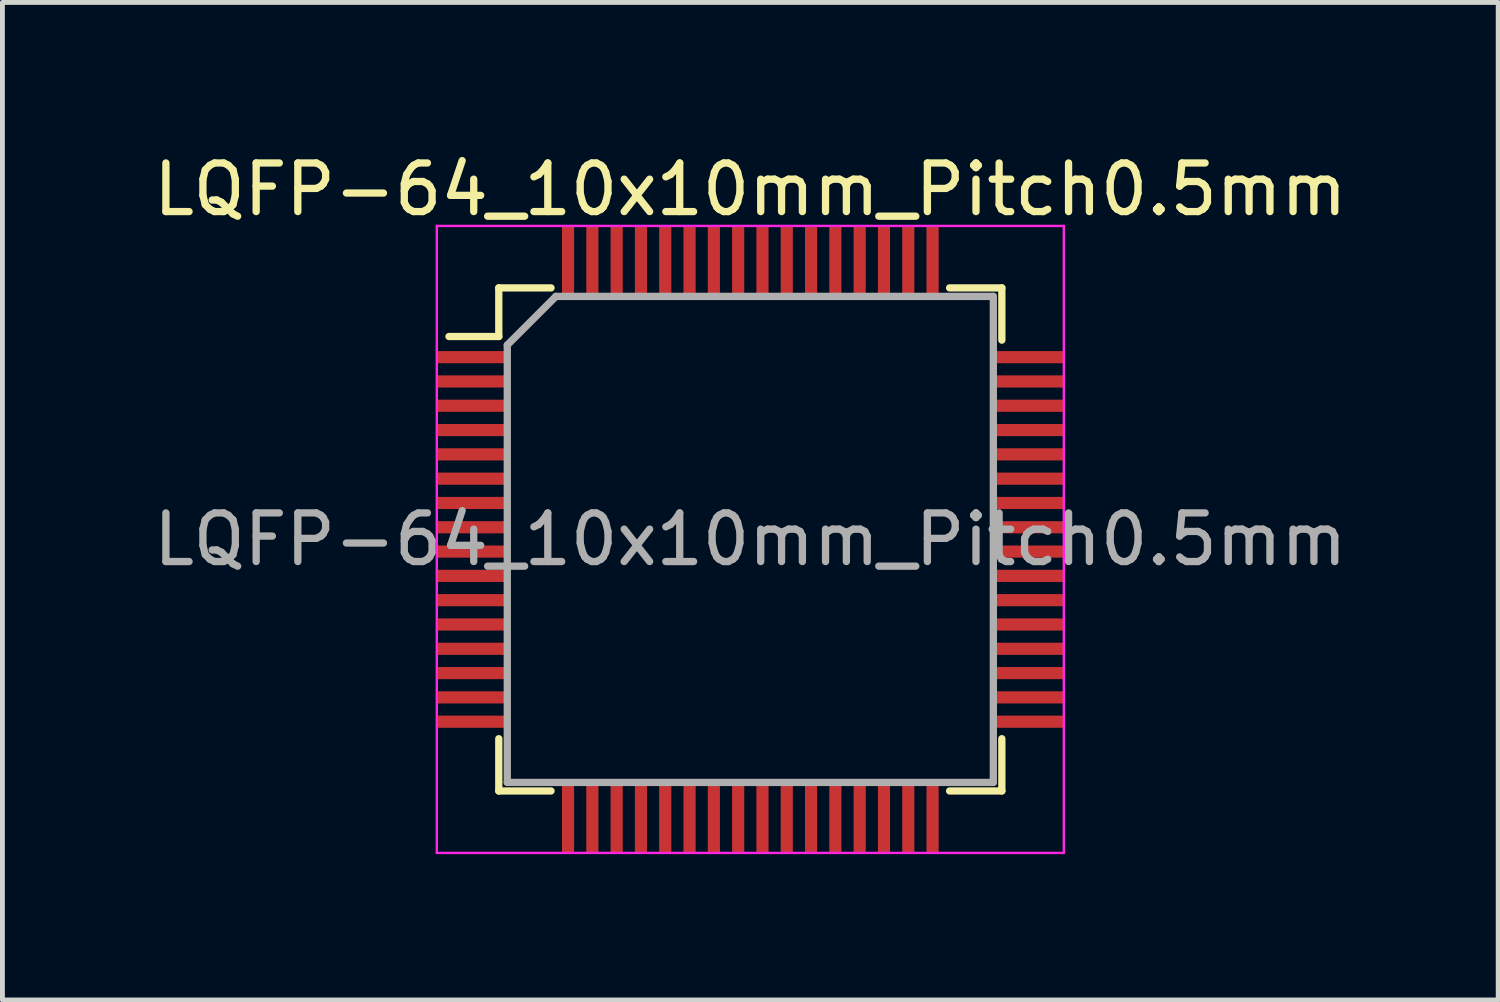
<source format=kicad_pcb>
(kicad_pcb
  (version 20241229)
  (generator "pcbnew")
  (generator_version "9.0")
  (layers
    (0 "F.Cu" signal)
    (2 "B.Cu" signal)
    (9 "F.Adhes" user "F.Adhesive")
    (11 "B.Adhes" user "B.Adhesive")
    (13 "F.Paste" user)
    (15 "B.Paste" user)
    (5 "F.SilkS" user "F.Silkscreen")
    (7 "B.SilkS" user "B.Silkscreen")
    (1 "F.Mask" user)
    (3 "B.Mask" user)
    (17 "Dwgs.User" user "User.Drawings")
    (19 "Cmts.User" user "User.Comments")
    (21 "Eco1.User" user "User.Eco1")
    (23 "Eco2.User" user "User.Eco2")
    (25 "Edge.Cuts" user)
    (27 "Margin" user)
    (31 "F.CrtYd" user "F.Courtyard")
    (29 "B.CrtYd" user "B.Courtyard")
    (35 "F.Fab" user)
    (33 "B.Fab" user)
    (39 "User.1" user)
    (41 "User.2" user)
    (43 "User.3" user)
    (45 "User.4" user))
  (footprint "LQFP-64_10x10mm_Pitch0.5mm"
    (layer "F.Cu")
    (at 12.387 8.048)
    (property "Reference" "LQFP-64_10x10mm_Pitch0.5mm" (at 0 -7.2 0) (layer "F.SilkS") (effects (font (size 1 1) (thickness 0.15))))
    (attr smd)
    (fp_line (start -5.175 -5.175) (end -5.175 -4.175) (stroke (width 0.15) (type solid)) (layer "F.SilkS"))
    (fp_line (start -5.175 -5.175) (end -4.1 -5.175) (stroke (width 0.15) (type solid)) (layer "F.SilkS"))
    (fp_line (start -5.175 -4.175) (end -6.2 -4.175) (stroke (width 0.15) (type solid)) (layer "F.SilkS"))
    (fp_line (start -5.175 5.175) (end -5.175 4.1) (stroke (width 0.15) (type solid)) (layer "F.SilkS"))
    (fp_line (start -5.175 5.175) (end -4.1 5.175) (stroke (width 0.15) (type solid)) (layer "F.SilkS"))
    (fp_line (start 5.175 -5.175) (end 4.1 -5.175) (stroke (width 0.15) (type solid)) (layer "F.SilkS"))
    (fp_line (start 5.175 -5.175) (end 5.175 -4.1) (stroke (width 0.15) (type solid)) (layer "F.SilkS"))
    (fp_line (start 5.175 5.175) (end 4.1 5.175) (stroke (width 0.15) (type solid)) (layer "F.SilkS"))
    (fp_line (start 5.175 5.175) (end 5.175 4.1) (stroke (width 0.15) (type solid)) (layer "F.SilkS"))
    (fp_line (start -6.45 -6.45) (end -6.45 6.45) (stroke (width 0.05) (type solid)) (layer "F.CrtYd"))
    (fp_line (start -6.45 -6.45) (end 6.45 -6.45) (stroke (width 0.05) (type solid)) (layer "F.CrtYd"))
    (fp_line (start -6.45 6.45) (end 6.45 6.45) (stroke (width 0.05) (type solid)) (layer "F.CrtYd"))
    (fp_line (start 6.45 -6.45) (end 6.45 6.45) (stroke (width 0.05) (type solid)) (layer "F.CrtYd"))
    (fp_line (start -5 -4) (end -4 -5) (stroke (width 0.15) (type solid)) (layer "F.Fab"))
    (fp_line (start -5 5) (end -5 -4) (stroke (width 0.15) (type solid)) (layer "F.Fab"))
    (fp_line (start -4 -5) (end 5 -5) (stroke (width 0.15) (type solid)) (layer "F.Fab"))
    (fp_line (start 5 -5) (end 5 5) (stroke (width 0.15) (type solid)) (layer "F.Fab"))
    (fp_line (start 5 5) (end -5 5) (stroke (width 0.15) (type solid)) (layer "F.Fab"))
    (fp_text user "${REFERENCE}" (at 0 0 0) (layer "F.Fab") (effects (font (size 1 1) (thickness 0.15))))
    (pad "1" smd rect (at -5.7 -3.75) (size 1.5 0.25) (layers "F.Cu" "F.Mask" "F.Paste"))
    (pad "2" smd rect (at -5.7 -3.25) (size 1.5 0.25) (layers "F.Cu" "F.Mask" "F.Paste"))
    (pad "3" smd rect (at -5.7 -2.75) (size 1.5 0.25) (layers "F.Cu" "F.Mask" "F.Paste"))
    (pad "4" smd rect (at -5.7 -2.25) (size 1.5 0.25) (layers "F.Cu" "F.Mask" "F.Paste"))
    (pad "5" smd rect (at -5.7 -1.75) (size 1.5 0.25) (layers "F.Cu" "F.Mask" "F.Paste"))
    (pad "6" smd rect (at -5.7 -1.25) (size 1.5 0.25) (layers "F.Cu" "F.Mask" "F.Paste"))
    (pad "7" smd rect (at -5.7 -0.75) (size 1.5 0.25) (layers "F.Cu" "F.Mask" "F.Paste"))
    (pad "8" smd rect (at -5.7 -0.25) (size 1.5 0.25) (layers "F.Cu" "F.Mask" "F.Paste"))
    (pad "9" smd rect (at -5.7 0.25) (size 1.5 0.25) (layers "F.Cu" "F.Mask" "F.Paste"))
    (pad "10" smd rect (at -5.7 0.75) (size 1.5 0.25) (layers "F.Cu" "F.Mask" "F.Paste"))
    (pad "11" smd rect (at -5.7 1.25) (size 1.5 0.25) (layers "F.Cu" "F.Mask" "F.Paste"))
    (pad "12" smd rect (at -5.7 1.75) (size 1.5 0.25) (layers "F.Cu" "F.Mask" "F.Paste"))
    (pad "13" smd rect (at -5.7 2.25) (size 1.5 0.25) (layers "F.Cu" "F.Mask" "F.Paste"))
    (pad "14" smd rect (at -5.7 2.75) (size 1.5 0.25) (layers "F.Cu" "F.Mask" "F.Paste"))
    (pad "15" smd rect (at -5.7 3.25) (size 1.5 0.25) (layers "F.Cu" "F.Mask" "F.Paste"))
    (pad "16" smd rect (at -5.7 3.75) (size 1.5 0.25) (layers "F.Cu" "F.Mask" "F.Paste"))
    (pad "17" smd rect (at -3.75 5.7 90) (size 1.5 0.25) (layers "F.Cu" "F.Mask" "F.Paste"))
    (pad "18" smd rect (at -3.25 5.7 90) (size 1.5 0.25) (layers "F.Cu" "F.Mask" "F.Paste"))
    (pad "19" smd rect (at -2.75 5.7 90) (size 1.5 0.25) (layers "F.Cu" "F.Mask" "F.Paste"))
    (pad "20" smd rect (at -2.25 5.7 90) (size 1.5 0.25) (layers "F.Cu" "F.Mask" "F.Paste"))
    (pad "21" smd rect (at -1.75 5.7 90) (size 1.5 0.25) (layers "F.Cu" "F.Mask" "F.Paste"))
    (pad "22" smd rect (at -1.25 5.7 90) (size 1.5 0.25) (layers "F.Cu" "F.Mask" "F.Paste"))
    (pad "23" smd rect (at -0.75 5.7 90) (size 1.5 0.25) (layers "F.Cu" "F.Mask" "F.Paste"))
    (pad "24" smd rect (at -0.25 5.7 90) (size 1.5 0.25) (layers "F.Cu" "F.Mask" "F.Paste"))
    (pad "25" smd rect (at 0.25 5.7 90) (size 1.5 0.25) (layers "F.Cu" "F.Mask" "F.Paste"))
    (pad "26" smd rect (at 0.75 5.7 90) (size 1.5 0.25) (layers "F.Cu" "F.Mask" "F.Paste"))
    (pad "27" smd rect (at 1.25 5.7 90) (size 1.5 0.25) (layers "F.Cu" "F.Mask" "F.Paste"))
    (pad "28" smd rect (at 1.75 5.7 90) (size 1.5 0.25) (layers "F.Cu" "F.Mask" "F.Paste"))
    (pad "29" smd rect (at 2.25 5.7 90) (size 1.5 0.25) (layers "F.Cu" "F.Mask" "F.Paste"))
    (pad "30" smd rect (at 2.75 5.7 90) (size 1.5 0.25) (layers "F.Cu" "F.Mask" "F.Paste"))
    (pad "31" smd rect (at 3.25 5.7 90) (size 1.5 0.25) (layers "F.Cu" "F.Mask" "F.Paste"))
    (pad "32" smd rect (at 3.75 5.7 90) (size 1.5 0.25) (layers "F.Cu" "F.Mask" "F.Paste"))
    (pad "33" smd rect (at 5.7 3.75) (size 1.5 0.25) (layers "F.Cu" "F.Mask" "F.Paste"))
    (pad "34" smd rect (at 5.7 3.25) (size 1.5 0.25) (layers "F.Cu" "F.Mask" "F.Paste"))
    (pad "35" smd rect (at 5.7 2.75) (size 1.5 0.25) (layers "F.Cu" "F.Mask" "F.Paste"))
    (pad "36" smd rect (at 5.7 2.25) (size 1.5 0.25) (layers "F.Cu" "F.Mask" "F.Paste"))
    (pad "37" smd rect (at 5.7 1.75) (size 1.5 0.25) (layers "F.Cu" "F.Mask" "F.Paste"))
    (pad "38" smd rect (at 5.7 1.25) (size 1.5 0.25) (layers "F.Cu" "F.Mask" "F.Paste"))
    (pad "39" smd rect (at 5.7 0.75) (size 1.5 0.25) (layers "F.Cu" "F.Mask" "F.Paste"))
    (pad "40" smd rect (at 5.7 0.25) (size 1.5 0.25) (layers "F.Cu" "F.Mask" "F.Paste"))
    (pad "41" smd rect (at 5.7 -0.25) (size 1.5 0.25) (layers "F.Cu" "F.Mask" "F.Paste"))
    (pad "42" smd rect (at 5.7 -0.75) (size 1.5 0.25) (layers "F.Cu" "F.Mask" "F.Paste"))
    (pad "43" smd rect (at 5.7 -1.25) (size 1.5 0.25) (layers "F.Cu" "F.Mask" "F.Paste"))
    (pad "44" smd rect (at 5.7 -1.75) (size 1.5 0.25) (layers "F.Cu" "F.Mask" "F.Paste"))
    (pad "45" smd rect (at 5.7 -2.25) (size 1.5 0.25) (layers "F.Cu" "F.Mask" "F.Paste"))
    (pad "46" smd rect (at 5.7 -2.75) (size 1.5 0.25) (layers "F.Cu" "F.Mask" "F.Paste"))
    (pad "47" smd rect (at 5.7 -3.25) (size 1.5 0.25) (layers "F.Cu" "F.Mask" "F.Paste"))
    (pad "48" smd rect (at 5.7 -3.75) (size 1.5 0.25) (layers "F.Cu" "F.Mask" "F.Paste"))
    (pad "49" smd rect (at 3.75 -5.7 90) (size 1.5 0.25) (layers "F.Cu" "F.Mask" "F.Paste"))
    (pad "50" smd rect (at 3.25 -5.7 90) (size 1.5 0.25) (layers "F.Cu" "F.Mask" "F.Paste"))
    (pad "51" smd rect (at 2.75 -5.7 90) (size 1.5 0.25) (layers "F.Cu" "F.Mask" "F.Paste"))
    (pad "52" smd rect (at 2.25 -5.7 90) (size 1.5 0.25) (layers "F.Cu" "F.Mask" "F.Paste"))
    (pad "53" smd rect (at 1.75 -5.7 90) (size 1.5 0.25) (layers "F.Cu" "F.Mask" "F.Paste"))
    (pad "54" smd rect (at 1.25 -5.7 90) (size 1.5 0.25) (layers "F.Cu" "F.Mask" "F.Paste"))
    (pad "55" smd rect (at 0.75 -5.7 90) (size 1.5 0.25) (layers "F.Cu" "F.Mask" "F.Paste"))
    (pad "56" smd rect (at 0.25 -5.7 90) (size 1.5 0.25) (layers "F.Cu" "F.Mask" "F.Paste"))
    (pad "57" smd rect (at -0.25 -5.7 90) (size 1.5 0.25) (layers "F.Cu" "F.Mask" "F.Paste"))
    (pad "58" smd rect (at -0.75 -5.7 90) (size 1.5 0.25) (layers "F.Cu" "F.Mask" "F.Paste"))
    (pad "59" smd rect (at -1.25 -5.7 90) (size 1.5 0.25) (layers "F.Cu" "F.Mask" "F.Paste"))
    (pad "60" smd rect (at -1.75 -5.7 90) (size 1.5 0.25) (layers "F.Cu" "F.Mask" "F.Paste"))
    (pad "61" smd rect (at -2.25 -5.7 90) (size 1.5 0.25) (layers "F.Cu" "F.Mask" "F.Paste"))
    (pad "62" smd rect (at -2.75 -5.7 90) (size 1.5 0.25) (layers "F.Cu" "F.Mask" "F.Paste"))
    (pad "63" smd rect (at -3.25 -5.7 90) (size 1.5 0.25) (layers "F.Cu" "F.Mask" "F.Paste"))
    (pad "64" smd rect (at -3.75 -5.7 90) (size 1.5 0.25) (layers "F.Cu" "F.Mask" "F.Paste")))
  (gr_rect
    (start -3 -3)
    (end 27.774 17.523)
    (stroke (width 0.1) (type default))
    (fill no)
    (layer "Edge.Cuts")))
</source>
